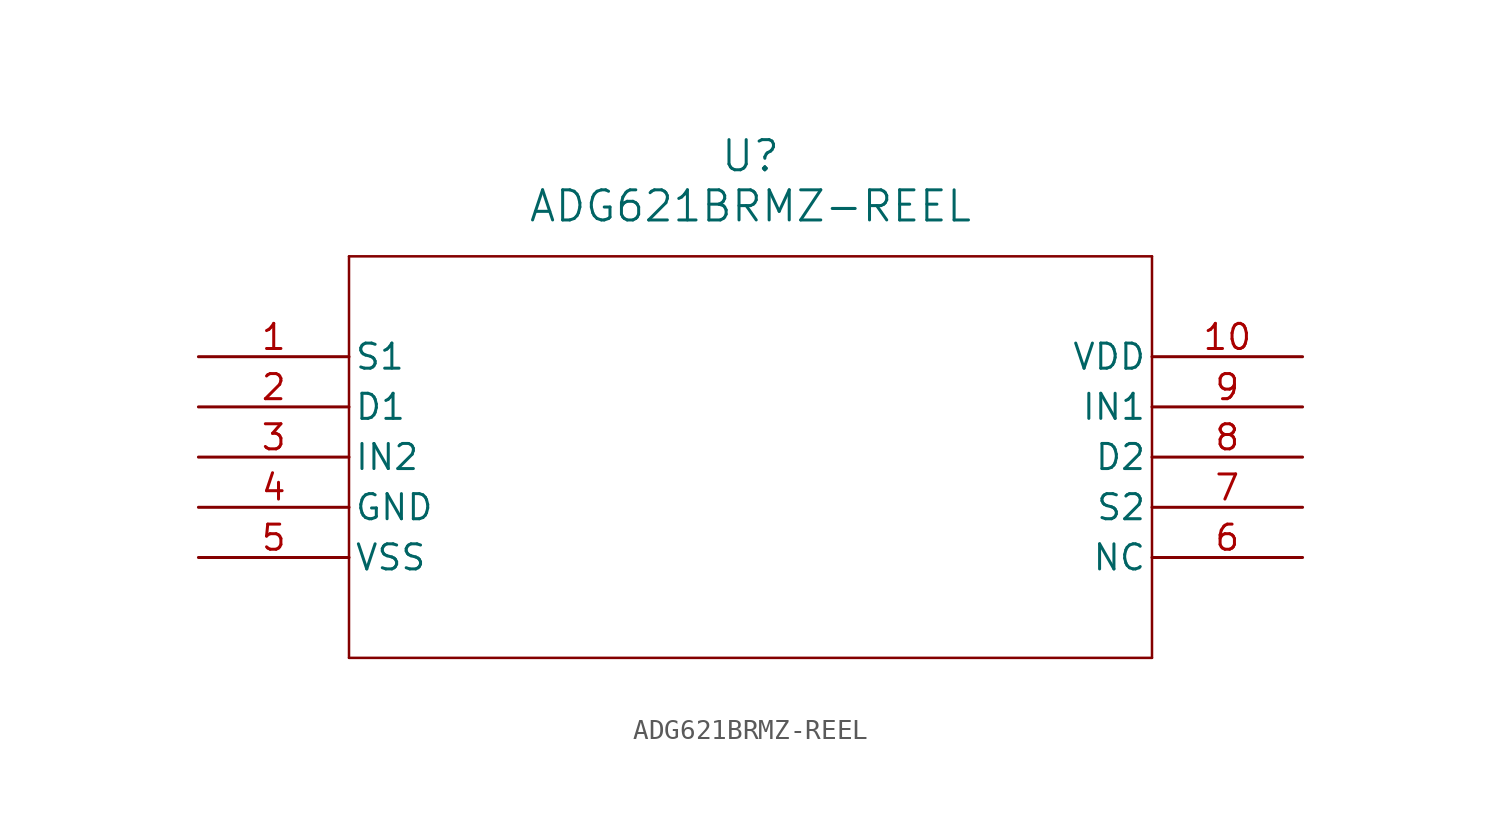
<source format=kicad_sym>
(kicad_symbol_lib
  (version 20211014)
  (generator kicad_symbol_editor)
  (symbol "ADG621BRMZ-REEL"
    (pin_names
      (offset 0.254))
    (property "Reference" "U"
      (at 27.94 10.16 0)
      (effects (font (size 1.524 1.524))))
    (property "Value" "ADG621BRMZ-REEL"
      (at 27.94 7.62 0)
      (effects (font (size 1.524 1.524))))
    (symbol "ADG621BRMZ-REEL_0_1"
      (polyline (pts (xy 7.62 5.08) (xy 7.62 -15.24)) (stroke (width 0.127) (type default) (color 0 0 0 0)) (fill (type none)))
      (polyline (pts (xy 7.62 -15.24) (xy 48.26 -15.24)) (stroke (width 0.127) (type default) (color 0 0 0 0)) (fill (type none)))
      (polyline (pts (xy 48.26 -15.24) (xy 48.26 5.08)) (stroke (width 0.127) (type default) (color 0 0 0 0)) (fill (type none)))
      (polyline (pts (xy 48.26 5.08) (xy 7.62 5.08)) (stroke (width 0.127) (type default) (color 0 0 0 0)) (fill (type none)))
      (pin unspecified line (at 0 0 0) (length 7.62) (name "S1" (effects (font (size 1.27 1.27)))) (number "1" (effects (font (size 1.27 1.27)))))
      (pin unspecified line (at 0 -2.54 0) (length 7.62) (name "D1" (effects (font (size 1.27 1.27)))) (number "2" (effects (font (size 1.27 1.27)))))
      (pin unspecified line (at 0 -5.08 0) (length 7.62) (name "IN2" (effects (font (size 1.27 1.27)))) (number "3" (effects (font (size 1.27 1.27)))))
      (pin unspecified line (at 0 -7.62 0) (length 7.62) (name "GND" (effects (font (size 1.27 1.27)))) (number "4" (effects (font (size 1.27 1.27)))))
      (pin power_in line (at 0 -10.16 0) (length 7.62) (name "VSS" (effects (font (size 1.27 1.27)))) (number "5" (effects (font (size 1.27 1.27)))))
      (pin unspecified line (at 55.88 -10.16 180) (length 7.62) (name "NC" (effects (font (size 1.27 1.27)))) (number "6" (effects (font (size 1.27 1.27)))))
      (pin unspecified line (at 55.88 -7.62 180) (length 7.62) (name "S2" (effects (font (size 1.27 1.27)))) (number "7" (effects (font (size 1.27 1.27)))))
      (pin unspecified line (at 55.88 -5.08 180) (length 7.62) (name "D2" (effects (font (size 1.27 1.27)))) (number "8" (effects (font (size 1.27 1.27)))))
      (pin unspecified line (at 55.88 -2.54 180) (length 7.62) (name "IN1" (effects (font (size 1.27 1.27)))) (number "9" (effects (font (size 1.27 1.27)))))
      (pin power_in line (at 55.88 0 180) (length 7.62) (name "VDD" (effects (font (size 1.27 1.27)))) (number "10" (effects (font (size 1.27 1.27))))))))
</source>
